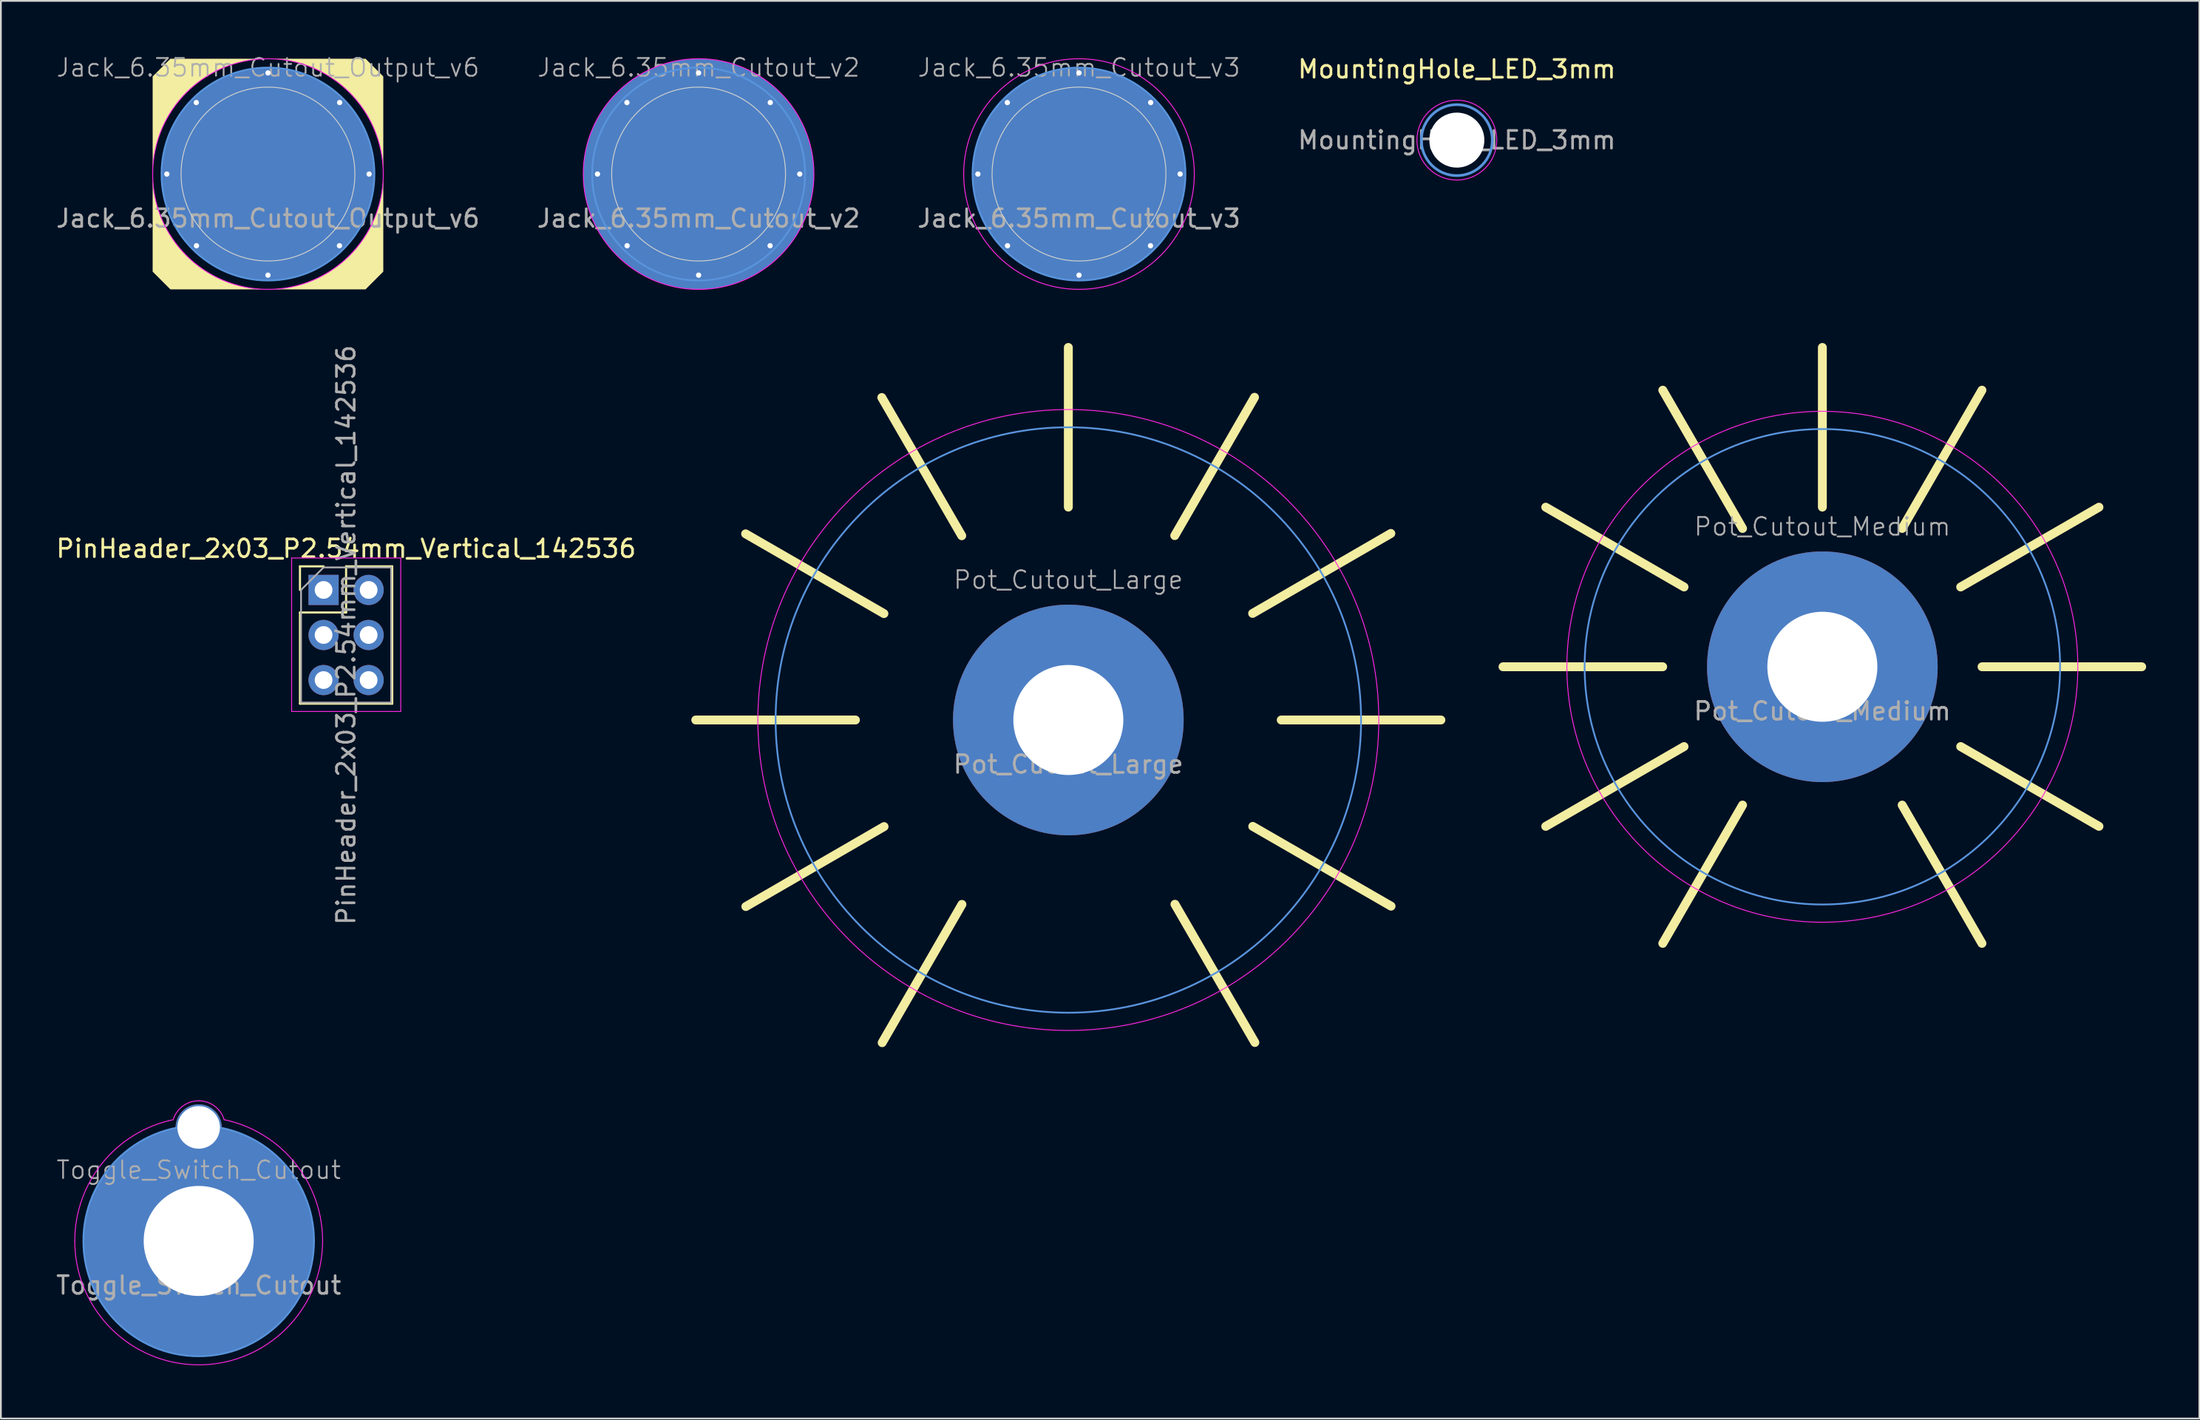
<source format=kicad_pcb>
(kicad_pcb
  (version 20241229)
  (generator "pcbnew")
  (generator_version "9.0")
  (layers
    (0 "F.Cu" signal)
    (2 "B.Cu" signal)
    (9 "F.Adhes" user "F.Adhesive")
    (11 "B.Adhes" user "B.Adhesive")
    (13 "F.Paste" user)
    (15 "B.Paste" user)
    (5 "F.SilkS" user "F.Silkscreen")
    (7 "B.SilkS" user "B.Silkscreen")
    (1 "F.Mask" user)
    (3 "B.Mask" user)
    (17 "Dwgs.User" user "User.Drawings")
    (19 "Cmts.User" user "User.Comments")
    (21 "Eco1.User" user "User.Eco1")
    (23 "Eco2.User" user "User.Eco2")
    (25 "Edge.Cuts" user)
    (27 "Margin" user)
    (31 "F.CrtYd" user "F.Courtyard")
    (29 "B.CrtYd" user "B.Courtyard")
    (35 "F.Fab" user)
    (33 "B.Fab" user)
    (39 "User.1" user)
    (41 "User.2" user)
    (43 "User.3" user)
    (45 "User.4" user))
  (footprint "Jack_6.35mm_Cutout_v2"
    (layer "F.Cu")
    (at 36.327 6.761)
    (property "Reference" "Jack_6.35mm_Cutout_v2" (at 0 -6 0) (unlocked yes) (layer "F.Fab") (effects (font (size 1 1) (thickness 0.1))))
    (attr through_hole exclude_from_bom)
    (fp_circle (center 0 0) (end 0 6) (stroke (width 0.1) (type default)) (fill no) (layer "Cmts.User"))
    (fp_circle (center 0 0) (end 0 -4.9) (stroke (width 0.05) (type default)) (fill no) (layer "Edge.Cuts"))
    (fp_circle (center 0 0) (end 0 6.5) (stroke (width 0.05) (type default)) (fill no) (layer "F.CrtYd"))
    (fp_text user "${REFERENCE}" (at 0 2.5 0) (unlocked yes) (layer "F.Fab") (effects (font (size 1 1) (thickness 0.15))))
    (pad "1" thru_hole circle (at -5.7 0) (size 0.5 0.5) (drill 0.3) (layers "*.Cu" "*.Mask"))
    (pad "1" thru_hole circle (at -4.04 -4.03) (size 0.5 0.5) (drill 0.3) (layers "*.Cu" "*.Mask"))
    (pad "1" thru_hole circle (at -4.03 4.04) (size 0.5 0.5) (drill 0.3) (layers "*.Cu" "*.Mask"))
    (pad "1" thru_hole circle (at 0 -5.7) (size 0.5 0.5) (drill 0.3) (layers "*.Cu" "*.Mask"))
    (pad "1" connect circle (at 0 0) (size 13 13) (layers "F.Cu" "F.Mask"))
    (pad "1" connect circle (at 0 0) (size 13 13) (layers "B.Cu" "B.Mask"))
    (pad "1" thru_hole circle (at 0 5.7) (size 0.5 0.5) (drill 0.3) (layers "*.Cu" "*.Mask"))
    (pad "1" thru_hole circle (at 4.03 4.04) (size 0.5 0.5) (drill 0.3) (layers "*.Cu" "*.Mask"))
    (pad "1" thru_hole circle (at 4.04 -4.03) (size 0.5 0.5) (drill 0.3) (layers "*.Cu" "*.Mask"))
    (pad "1" thru_hole circle (at 5.7 0) (size 0.5 0.5) (drill 0.3) (layers "*.Cu" "*.Mask")))
  (footprint "Pot_Cutout_Medium"
    (layer "F.Cu")
    (at 99.667 34.535)
    (property "Reference" "Pot_Cutout_Medium" (at 0 -7.9 0) (unlocked yes) (layer "F.Fab") (effects (font (size 1 1) (thickness 0.1))))
    (attr through_hole)
    (fp_line (start -15.591 -8.995) (end -7.796 -4.498) (stroke (width 0.5) (type default)) (layer "F.SilkS"))
    (fp_line (start -15.591 8.995) (end -7.796 4.498) (stroke (width 0.5) (type default)) (layer "F.SilkS"))
    (fp_line (start -9 0) (end -18 0) (stroke (width 0.5) (type default)) (layer "F.SilkS"))
    (fp_line (start -8.995 -15.591) (end -4.498 -7.796) (stroke (width 0.5) (type default)) (layer "F.SilkS"))
    (fp_line (start -8.995 15.591) (end -4.498 7.796) (stroke (width 0.5) (type default)) (layer "F.SilkS"))
    (fp_line (start 0 -9) (end 0 -18) (stroke (width 0.5) (type default)) (layer "F.SilkS"))
    (fp_line (start 8.995 -15.591) (end 4.498 -7.796) (stroke (width 0.5) (type default)) (layer "F.SilkS"))
    (fp_line (start 8.995 15.591) (end 4.498 7.796) (stroke (width 0.5) (type default)) (layer "F.SilkS"))
    (fp_line (start 9 0) (end 18 0) (stroke (width 0.5) (type default)) (layer "F.SilkS"))
    (fp_line (start 15.591 -8.995) (end 7.796 -4.498) (stroke (width 0.5) (type default)) (layer "F.SilkS"))
    (fp_line (start 15.591 8.995) (end 7.796 4.498) (stroke (width 0.5) (type default)) (layer "F.SilkS"))
    (fp_circle (center 0 0) (end 13.4 0) (stroke (width 0.1) (type default)) (fill no) (layer "Cmts.User"))
    (fp_circle (center 0 0) (end 14.4 0) (stroke (width 0.05) (type default)) (fill no) (layer "F.CrtYd"))
    (fp_text user "${REFERENCE}" (at 0 2.5 0) (unlocked yes) (layer "F.Fab") (effects (font (size 1 1) (thickness 0.15))))
    (pad "1" thru_hole circle (at 0 0) (size 13 13) (drill 6.2) (layers "*.Cu" "*.Mask")))
  (footprint "MountingHole_LED_3mm"
    (layer "F.Cu")
    (at 79.065 4.848)
    (property "Reference" "MountingHole_LED_3mm" (at 0 -4 0) (layer "F.SilkS") (effects (font (size 1 1) (thickness 0.15))))
    (attr exclude_from_pos_files exclude_from_bom)
    (fp_circle (center 0 0) (end 2 0) (stroke (width 0.15) (type solid)) (fill no) (layer "Cmts.User"))
    (fp_circle (center 0 0) (end 2.25 0) (stroke (width 0.05) (type solid)) (fill no) (layer "F.CrtYd"))
    (fp_text user "${REFERENCE}" (at 0 0 0) (layer "F.Fab") (effects (font (size 1 1) (thickness 0.15))))
    (pad "" np_thru_hole circle (at 0 0) (size 3.1 3.1) (drill 3.1) (layers "*.Cu" "*.Mask")))
  (footprint "Jack_6.35mm_Cutout_v3"
    (layer "F.Cu")
    (at 57.768 6.761)
    (property "Reference" "Jack_6.35mm_Cutout_v3" (at 0 -6 0) (unlocked yes) (layer "F.Fab") (effects (font (size 1 1) (thickness 0.1))))
    (attr through_hole exclude_from_bom)
    (fp_circle (center 0 0) (end 0 6) (stroke (width 0.1) (type default)) (fill no) (layer "Cmts.User"))
    (fp_circle (center 0 0) (end 0 -4.9) (stroke (width 0.05) (type default)) (fill no) (layer "Edge.Cuts"))
    (fp_circle (center 0 0) (end 0 6.5) (stroke (width 0.05) (type default)) (fill no) (layer "F.CrtYd"))
    (fp_text user "${REFERENCE}" (at 0 2.5 0) (unlocked yes) (layer "F.Fab") (effects (font (size 1 1) (thickness 0.15))))
    (pad "1" thru_hole circle (at -5.7 0) (size 0.5 0.5) (drill 0.3) (layers "*.Cu" "*.Mask"))
    (pad "1" thru_hole circle (at -4.04 -4.03) (size 0.5 0.5) (drill 0.3) (layers "*.Cu" "*.Mask"))
    (pad "1" thru_hole circle (at -4.03 4.04) (size 0.5 0.5) (drill 0.3) (layers "*.Cu" "*.Mask"))
    (pad "1" thru_hole circle (at 0 -5.7) (size 0.5 0.5) (drill 0.3) (layers "*.Cu" "*.Mask"))
    (pad "1" connect circle (at 0 0) (size 12 12) (layers "F.Cu" "F.Mask"))
    (pad "1" connect circle (at 0 0) (size 12 12) (layers "B.Cu" "B.Mask"))
    (pad "1" thru_hole circle (at 0 5.7) (size 0.5 0.5) (drill 0.3) (layers "*.Cu" "*.Mask"))
    (pad "1" thru_hole circle (at 4.03 4.04) (size 0.5 0.5) (drill 0.3) (layers "*.Cu" "*.Mask"))
    (pad "1" thru_hole circle (at 4.04 -4.03) (size 0.5 0.5) (drill 0.3) (layers "*.Cu" "*.Mask"))
    (pad "1" thru_hole circle (at 5.7 0) (size 0.5 0.5) (drill 0.3) (layers "*.Cu" "*.Mask")))
  (footprint "Jack_6.35mm_Cutout_Output_v6"
    (layer "F.Cu")
    (at 12.054 6.761)
    (property "Reference" "Jack_6.35mm_Cutout_Output_v6" (at 0 -6 0) (unlocked yes) (layer "F.Fab") (effects (font (size 1 1) (thickness 0.1))))
    (attr through_hole exclude_from_bom)
    (fp_poly (pts (xy -6.5 5.5) (arc (start -6.5 0) (mid -4.596194 4.596194) (end 0 6.5)) (xy -5.5 6.5)) (stroke (width 0) (type solid)) (fill yes) (layer "F.SilkS"))
    (fp_poly (pts (xy -5.5 -6.5) (arc (start 0 -6.5) (mid -4.596194 -4.596194) (end -6.5 0)) (xy -6.5 -5.5)) (stroke (width 0) (type solid)) (fill yes) (layer "F.SilkS"))
    (fp_poly (pts (xy 5.5 6.5) (arc (start 0 6.5) (mid 4.596194 4.596194) (end 6.5 0)) (xy 6.5 5.5)) (stroke (width 0) (type solid)) (fill yes) (layer "F.SilkS"))
    (fp_poly (pts (xy 6.5 -5.5) (arc (start 6.5 0) (mid 4.596194 -4.596194) (end 0 -6.5)) (xy 5.5 -6.5)) (stroke (width 0) (type solid)) (fill yes) (layer "F.SilkS"))
    (fp_circle (center 0 0) (end 0 6) (stroke (width 0.1) (type default)) (fill no) (layer "Cmts.User"))
    (fp_circle (center 0 0) (end 0 -4.9) (stroke (width 0.05) (type default)) (fill no) (layer "Edge.Cuts"))
    (fp_circle (center 0 0) (end 0 6.5) (stroke (width 0.05) (type default)) (fill no) (layer "F.CrtYd"))
    (fp_text user "${REFERENCE}" (at 0 2.5 0) (unlocked yes) (layer "F.Fab") (effects (font (size 1 1) (thickness 0.15))))
    (pad "1" thru_hole circle (at -5.7 0) (size 0.5 0.5) (drill 0.3) (layers "*.Cu" "*.Mask"))
    (pad "1" thru_hole circle (at -4.04 -4.03) (size 0.5 0.5) (drill 0.3) (layers "*.Cu" "*.Mask"))
    (pad "1" thru_hole circle (at -4.03 4.04) (size 0.5 0.5) (drill 0.3) (layers "*.Cu" "*.Mask"))
    (pad "1" thru_hole circle (at 0 -5.7) (size 0.5 0.5) (drill 0.3) (layers "*.Cu" "*.Mask"))
    (pad "1" connect circle (at 0 0) (size 12 12) (layers "F.Cu" "F.Mask"))
    (pad "1" connect circle (at 0 0) (size 12 12) (layers "B.Cu" "B.Mask"))
    (pad "1" thru_hole circle (at 0 5.7) (size 0.5 0.5) (drill 0.3) (layers "*.Cu" "*.Mask"))
    (pad "1" thru_hole circle (at 4.03 4.04) (size 0.5 0.5) (drill 0.3) (layers "*.Cu" "*.Mask"))
    (pad "1" thru_hole circle (at 4.04 -4.03) (size 0.5 0.5) (drill 0.3) (layers "*.Cu" "*.Mask"))
    (pad "1" thru_hole circle (at 5.7 0) (size 0.5 0.5) (drill 0.3) (layers "*.Cu" "*.Mask")))
  (footprint "PinHeader_2x03_P2.54mm_Vertical_142536"
    (layer "F.Cu")
    (at 15.188 30.204)
    (property "Reference" "PinHeader_2x03_P2.54mm_Vertical_142536" (at 1.27 -2.33 0) (layer "F.SilkS") (effects (font (size 1 1) (thickness 0.15))))
    (attr through_hole)
    (fp_line (start -1.33 -1.33) (end 0 -1.33) (stroke (width 0.12) (type solid)) (layer "F.SilkS"))
    (fp_line (start -1.33 0) (end -1.33 -1.33) (stroke (width 0.12) (type solid)) (layer "F.SilkS"))
    (fp_line (start -1.33 1.27) (end -1.33 6.41) (stroke (width 0.12) (type solid)) (layer "F.SilkS"))
    (fp_line (start -1.33 1.27) (end 1.27 1.27) (stroke (width 0.12) (type solid)) (layer "F.SilkS"))
    (fp_line (start -1.33 6.41) (end 3.87 6.41) (stroke (width 0.12) (type solid)) (layer "F.SilkS"))
    (fp_line (start 1.27 -1.33) (end 3.87 -1.33) (stroke (width 0.12) (type solid)) (layer "F.SilkS"))
    (fp_line (start 1.27 1.27) (end 1.27 -1.33) (stroke (width 0.12) (type solid)) (layer "F.SilkS"))
    (fp_line (start 3.87 -1.33) (end 3.87 6.41) (stroke (width 0.12) (type solid)) (layer "F.SilkS"))
    (fp_line (start -1.8 -1.8) (end -1.8 6.85) (stroke (width 0.05) (type solid)) (layer "F.CrtYd"))
    (fp_line (start -1.8 6.85) (end 4.35 6.85) (stroke (width 0.05) (type solid)) (layer "F.CrtYd"))
    (fp_line (start 4.35 -1.8) (end -1.8 -1.8) (stroke (width 0.05) (type solid)) (layer "F.CrtYd"))
    (fp_line (start 4.35 6.85) (end 4.35 -1.8) (stroke (width 0.05) (type solid)) (layer "F.CrtYd"))
    (fp_line (start -1.27 0) (end 0 -1.27) (stroke (width 0.1) (type solid)) (layer "F.Fab"))
    (fp_line (start -1.27 6.35) (end -1.27 0) (stroke (width 0.1) (type solid)) (layer "F.Fab"))
    (fp_line (start 0 -1.27) (end 3.81 -1.27) (stroke (width 0.1) (type solid)) (layer "F.Fab"))
    (fp_line (start 3.81 -1.27) (end 3.81 6.35) (stroke (width 0.1) (type solid)) (layer "F.Fab"))
    (fp_line (start 3.81 6.35) (end -1.27 6.35) (stroke (width 0.1) (type solid)) (layer "F.Fab"))
    (fp_text user "${REFERENCE}" (at 1.27 2.54 90) (layer "F.Fab") (effects (font (size 1 1) (thickness 0.15))))
    (pad "1" thru_hole rect (at 0 0) (size 1.7 1.7) (drill 1) (layers "*.Cu" "*.Mask"))
    (pad "2" thru_hole oval (at 0 2.54) (size 1.7 1.7) (drill 1) (layers "*.Cu" "*.Mask"))
    (pad "3" thru_hole oval (at 0 5.08) (size 1.7 1.7) (drill 1) (layers "*.Cu" "*.Mask"))
    (pad "4" thru_hole oval (at 2.54 0) (size 1.7 1.7) (drill 1) (layers "*.Cu" "*.Mask"))
    (pad "5" thru_hole oval (at 2.54 2.54) (size 1.7 1.7) (drill 1) (layers "*.Cu" "*.Mask"))
    (pad "6" thru_hole oval (at 2.54 5.08) (size 1.7 1.7) (drill 1) (layers "*.Cu" "*.Mask")))
  (footprint "Pot_Cutout_Large"
    (layer "F.Cu")
    (at 57.167 37.535)
    (property "Reference" "Pot_Cutout_Large" (at 0 -7.9 0) (unlocked yes) (layer "F.Fab") (effects (font (size 1 1) (thickness 0.1))))
    (attr through_hole)
    (fp_line (start -12 0) (end -21 0) (stroke (width 0.5) (type default)) (layer "F.SilkS"))
    (fp_line (start -10.394 -5.997) (end -18.19 -10.494) (stroke (width 0.5) (type default)) (layer "F.SilkS"))
    (fp_line (start -10.387 6.008) (end -18.178 10.515) (stroke (width 0.5) (type default)) (layer "F.SilkS"))
    (fp_line (start -6.008 -10.387) (end -10.515 -18.178) (stroke (width 0.5) (type default)) (layer "F.SilkS"))
    (fp_line (start -5.997 10.394) (end -10.494 18.19) (stroke (width 0.5) (type default)) (layer "F.SilkS"))
    (fp_line (start 0 -12) (end 0 -21) (stroke (width 0.5) (type default)) (layer "F.SilkS"))
    (fp_line (start 5.997 -10.394) (end 10.494 -18.19) (stroke (width 0.5) (type default)) (layer "F.SilkS"))
    (fp_line (start 6.008 10.387) (end 10.515 18.178) (stroke (width 0.5) (type default)) (layer "F.SilkS"))
    (fp_line (start 10.387 -6.008) (end 18.178 -10.515) (stroke (width 0.5) (type default)) (layer "F.SilkS"))
    (fp_line (start 10.394 5.997) (end 18.19 10.494) (stroke (width 0.5) (type default)) (layer "F.SilkS"))
    (fp_line (start 12 0) (end 21 0) (stroke (width 0.5) (type default)) (layer "F.SilkS"))
    (fp_circle (center 0 0) (end 16.5 0) (stroke (width 0.1) (type default)) (fill no) (layer "Cmts.User"))
    (fp_circle (center 0 0) (end 17.5 0) (stroke (width 0.05) (type default)) (fill no) (layer "F.CrtYd"))
    (fp_text user "${REFERENCE}" (at 0 2.5 0) (unlocked yes) (layer "F.Fab") (effects (font (size 1 1) (thickness 0.15))))
    (pad "1" thru_hole circle (at 0 0) (size 13 13) (drill 6.2) (layers "*.Cu" "*.Mask")))
  (footprint "Toggle_Switch_Cutout"
    (layer "F.Cu")
    (at 8.149 66.9)
    (property "Reference" "Toggle_Switch_Cutout" (at 0 -4 0) (unlocked yes) (layer "F.Fab") (effects (font (size 1 1) (thickness 0.1))))
    (attr through_hole exclude_from_bom)
    (fp_circle (center 0 0) (end 0 6.5) (stroke (width 0.1) (type default)) (fill no) (layer "Cmts.User"))
    (fp_arc (start -6.984267 0) (mid -5.422447 -4.401938) (end -1.435493 -6.835155) (stroke (width 0.05) (type default)) (layer "F.CrtYd"))
    (fp_arc (start -1.435493 -6.835156) (mid -0.893663 -7.604727) (end 0 -7.9) (stroke (width 0.05) (type default)) (layer "F.CrtYd"))
    (fp_arc (start 0 -7.9) (mid 0.893663 -7.604727) (end 1.435493 -6.835156) (stroke (width 0.05) (type default)) (layer "F.CrtYd"))
    (fp_arc (start 1.435493 -6.835155) (mid 4.401938 5.422446) (end -6.984267 0) (stroke (width 0.05) (type default)) (layer "F.CrtYd"))
    (fp_text user "${REFERENCE}" (at 0 2.5 0) (unlocked yes) (layer "F.Fab") (effects (font (size 1 1) (thickness 0.15))))
    (pad "1" thru_hole circle (at 0 -6.4) (size 2.6 2.6) (drill 2.4) (layers "*.Cu" "*.Mask"))
    (pad "1" thru_hole circle (at 0 0) (size 13 13) (drill 6.2) (layers "*.Cu" "*.Mask")))
  (gr_rect
    (start -3 -3)
    (end 120.917 76.91)
    (stroke (width 0.1) (type default))
    (fill no)
    (layer "Edge.Cuts")))
</source>
